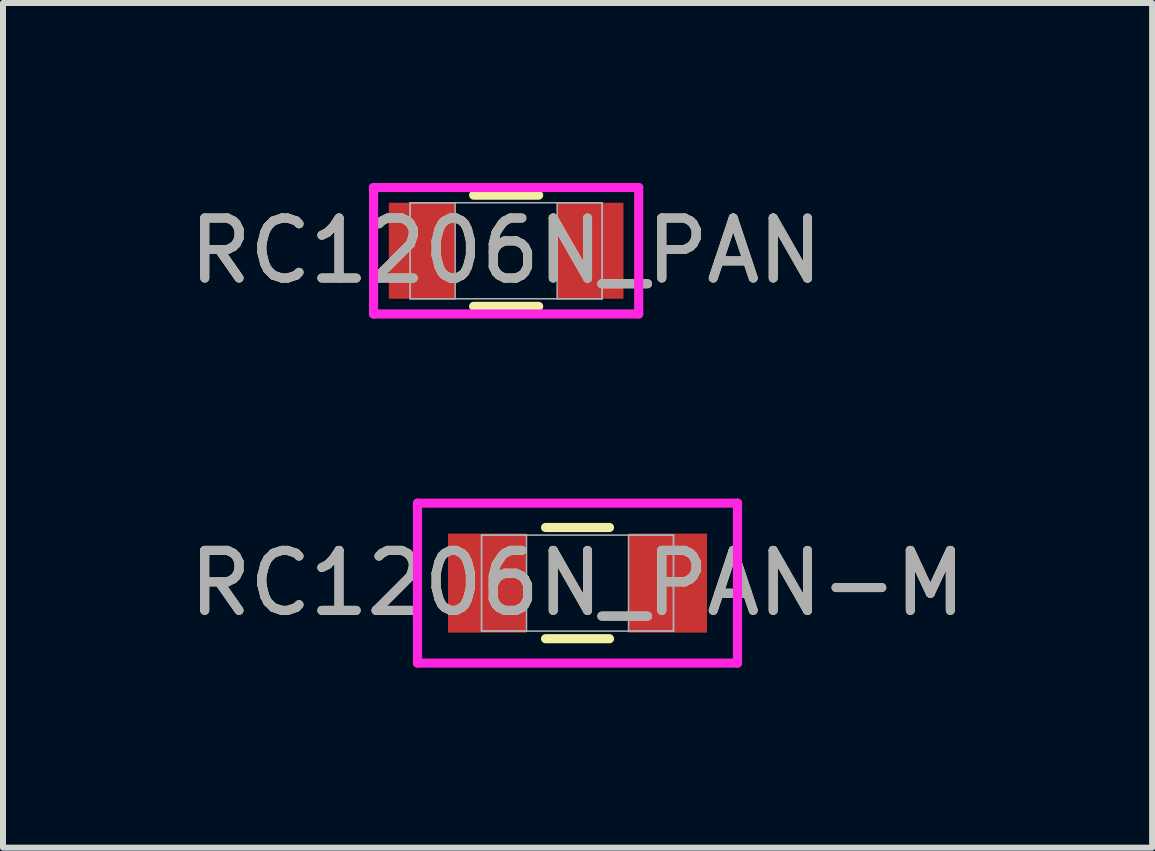
<source format=kicad_pcb>
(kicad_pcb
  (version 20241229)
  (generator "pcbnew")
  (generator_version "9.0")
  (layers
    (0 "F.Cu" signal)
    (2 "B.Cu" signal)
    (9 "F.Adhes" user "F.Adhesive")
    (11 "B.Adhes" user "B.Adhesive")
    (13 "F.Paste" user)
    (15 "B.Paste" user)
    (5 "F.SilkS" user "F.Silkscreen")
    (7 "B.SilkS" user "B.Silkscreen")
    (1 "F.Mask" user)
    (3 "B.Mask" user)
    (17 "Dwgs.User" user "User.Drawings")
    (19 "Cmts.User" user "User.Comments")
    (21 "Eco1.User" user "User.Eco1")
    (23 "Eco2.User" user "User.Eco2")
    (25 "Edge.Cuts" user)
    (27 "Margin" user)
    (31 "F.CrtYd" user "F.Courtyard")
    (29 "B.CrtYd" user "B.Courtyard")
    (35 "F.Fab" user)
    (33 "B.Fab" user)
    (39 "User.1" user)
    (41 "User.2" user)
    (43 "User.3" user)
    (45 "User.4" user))
  (footprint "RC1206N_PAN-M"
    (layer "F.Cu")
    (at 6.577 6.67)
    (property "Reference" "RC1206N_PAN-M" (at 0 0 0) (unlocked yes) (layer "F.SilkS") (effects (font (size 1 1) (thickness 0.15))))
    (attr smd)
    (fp_line (start -0.533 0.927) (end 0.533 0.927) (stroke (width 0.152) (type solid)) (layer "F.SilkS"))
    (fp_line (start 0.533 -0.927) (end -0.533 -0.927) (stroke (width 0.152) (type solid)) (layer "F.SilkS"))
    (fp_line (start -2.667 -1.333) (end 2.667 -1.333) (stroke (width 0.152) (type solid)) (layer "F.CrtYd"))
    (fp_line (start -2.667 1.333) (end -2.667 -1.333) (stroke (width 0.152) (type solid)) (layer "F.CrtYd"))
    (fp_line (start 2.667 -1.333) (end 2.667 1.333) (stroke (width 0.152) (type solid)) (layer "F.CrtYd"))
    (fp_line (start 2.667 1.333) (end -2.667 1.333) (stroke (width 0.152) (type solid)) (layer "F.CrtYd"))
    (fp_line (start -1.6 -0.8) (end -1.6 0.8) (stroke (width 0.025) (type solid)) (layer "F.Fab"))
    (fp_line (start -1.6 -0.8) (end -1.6 0.8) (stroke (width 0.025) (type solid)) (layer "F.Fab"))
    (fp_line (start -1.6 0.8) (end -0.85 0.8) (stroke (width 0.025) (type solid)) (layer "F.Fab"))
    (fp_line (start -1.6 0.8) (end 1.6 0.8) (stroke (width 0.025) (type solid)) (layer "F.Fab"))
    (fp_line (start -0.85 -0.8) (end -1.6 -0.8) (stroke (width 0.025) (type solid)) (layer "F.Fab"))
    (fp_line (start -0.85 0.8) (end -0.85 -0.8) (stroke (width 0.025) (type solid)) (layer "F.Fab"))
    (fp_line (start 0.85 -0.8) (end 0.85 0.8) (stroke (width 0.025) (type solid)) (layer "F.Fab"))
    (fp_line (start 0.85 0.8) (end 1.6 0.8) (stroke (width 0.025) (type solid)) (layer "F.Fab"))
    (fp_line (start 1.6 -0.8) (end -1.6 -0.8) (stroke (width 0.025) (type solid)) (layer "F.Fab"))
    (fp_line (start 1.6 -0.8) (end 0.85 -0.8) (stroke (width 0.025) (type solid)) (layer "F.Fab"))
    (fp_line (start 1.6 0.8) (end 1.6 -0.8) (stroke (width 0.025) (type solid)) (layer "F.Fab"))
    (fp_line (start 1.6 0.8) (end 1.6 -0.8) (stroke (width 0.025) (type solid)) (layer "F.Fab"))
    (fp_text user "${REFERENCE}" (at 0 0 0) (unlocked yes) (layer "F.Fab") (effects (font (size 1 1) (thickness 0.15))))
    (pad "1" smd rect (at -1.504 0) (size 1.309 1.651) (layers "F.Cu" "F.Mask" "F.Paste"))
    (pad "2" smd rect (at 1.504 0) (size 1.309 1.651) (layers "F.Cu" "F.Mask" "F.Paste"))
    (zone (net_name "") (layer "F.Cu") (hatch full 0.508) (connect_pads) (min_thickness 0.254) (filled_areas_thickness no) (keepout (tracks not_allowed) (vias not_allowed) (pads allowed) (copperpour not_allowed) (footprints allowed)) (placement (enabled no)) (fill) (polygon (pts (xy 5.778 5.921) (xy 7.377 5.921) (xy 7.377 7.419) (xy 5.778 7.419)))))
  (footprint "RC1206N_PAN"
    (layer "F.Cu")
    (at 5.387 1.13)
    (property "Reference" "RC1206N_PAN" (at 0 0 0) (unlocked yes) (layer "F.SilkS") (effects (font (size 1 1) (thickness 0.15))))
    (attr smd)
    (fp_line (start -0.542 0.927) (end 0.542 0.927) (stroke (width 0.152) (type solid)) (layer "F.SilkS"))
    (fp_line (start 0.542 -0.927) (end -0.542 -0.927) (stroke (width 0.152) (type solid)) (layer "F.SilkS"))
    (fp_line (start -2.21 -1.054) (end 2.21 -1.054) (stroke (width 0.152) (type solid)) (layer "F.CrtYd"))
    (fp_line (start -2.21 1.054) (end -2.21 -1.054) (stroke (width 0.152) (type solid)) (layer "F.CrtYd"))
    (fp_line (start 2.21 -1.054) (end 2.21 1.054) (stroke (width 0.152) (type solid)) (layer "F.CrtYd"))
    (fp_line (start 2.21 1.054) (end -2.21 1.054) (stroke (width 0.152) (type solid)) (layer "F.CrtYd"))
    (fp_line (start -1.6 -0.8) (end -1.6 0.8) (stroke (width 0.025) (type solid)) (layer "F.Fab"))
    (fp_line (start -1.6 -0.8) (end -1.6 0.8) (stroke (width 0.025) (type solid)) (layer "F.Fab"))
    (fp_line (start -1.6 0.8) (end -0.85 0.8) (stroke (width 0.025) (type solid)) (layer "F.Fab"))
    (fp_line (start -1.6 0.8) (end 1.6 0.8) (stroke (width 0.025) (type solid)) (layer "F.Fab"))
    (fp_line (start -0.85 -0.8) (end -1.6 -0.8) (stroke (width 0.025) (type solid)) (layer "F.Fab"))
    (fp_line (start -0.85 0.8) (end -0.85 -0.8) (stroke (width 0.025) (type solid)) (layer "F.Fab"))
    (fp_line (start 0.85 -0.8) (end 0.85 0.8) (stroke (width 0.025) (type solid)) (layer "F.Fab"))
    (fp_line (start 0.85 0.8) (end 1.6 0.8) (stroke (width 0.025) (type solid)) (layer "F.Fab"))
    (fp_line (start 1.6 -0.8) (end -1.6 -0.8) (stroke (width 0.025) (type solid)) (layer "F.Fab"))
    (fp_line (start 1.6 -0.8) (end 0.85 -0.8) (stroke (width 0.025) (type solid)) (layer "F.Fab"))
    (fp_line (start 1.6 0.8) (end 1.6 -0.8) (stroke (width 0.025) (type solid)) (layer "F.Fab"))
    (fp_line (start 1.6 0.8) (end 1.6 -0.8) (stroke (width 0.025) (type solid)) (layer "F.Fab"))
    (fp_text user "${REFERENCE}" (at 0 0 0) (unlocked yes) (layer "F.Fab") (effects (font (size 1 1) (thickness 0.15))))
    (pad "1" smd rect (at -1.403 0) (size 1.106 1.6) (layers "F.Cu" "F.Mask" "F.Paste"))
    (pad "2" smd rect (at 1.403 0) (size 1.106 1.6) (layers "F.Cu" "F.Mask" "F.Paste"))
    (zone (net_name "") (layer "F.Cu") (hatch full 0.508) (connect_pads) (min_thickness 0.254) (filled_areas_thickness no) (keepout (tracks not_allowed) (vias not_allowed) (pads allowed) (copperpour not_allowed) (footprints allowed)) (placement (enabled no)) (fill) (polygon (pts (xy 4.588 0.381) (xy 6.186 0.381) (xy 6.186 1.879) (xy 4.588 1.879)))))
  (gr_rect
    (start -3 -3)
    (end 16.155 11.08)
    (stroke (width 0.1) (type default))
    (fill no)
    (layer "Edge.Cuts")))
</source>
